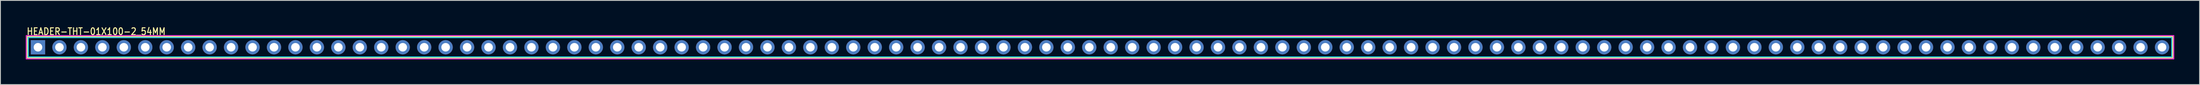
<source format=kicad_pcb>
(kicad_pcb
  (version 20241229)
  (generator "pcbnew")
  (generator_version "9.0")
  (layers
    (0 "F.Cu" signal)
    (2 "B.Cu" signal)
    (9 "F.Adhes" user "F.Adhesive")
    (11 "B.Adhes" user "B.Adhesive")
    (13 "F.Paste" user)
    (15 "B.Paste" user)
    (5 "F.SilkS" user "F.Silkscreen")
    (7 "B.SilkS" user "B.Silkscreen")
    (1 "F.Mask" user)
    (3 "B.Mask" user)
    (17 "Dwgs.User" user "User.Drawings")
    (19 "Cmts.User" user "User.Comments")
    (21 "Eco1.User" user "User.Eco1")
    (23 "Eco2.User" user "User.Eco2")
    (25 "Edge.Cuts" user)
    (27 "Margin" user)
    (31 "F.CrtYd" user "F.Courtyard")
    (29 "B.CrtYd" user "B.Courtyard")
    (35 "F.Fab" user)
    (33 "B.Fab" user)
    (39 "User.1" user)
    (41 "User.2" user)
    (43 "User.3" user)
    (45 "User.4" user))
  (footprint "HEADER-THT-01X100-2_54MM"
    (layer "F.Cu")
    (at 1.447 2.579)
    (property "Reference" "HEADER-THT-01X100-2_54MM" (at -1.4 -1.4 0) (unlocked yes) (layer "F.SilkS") (effects (font (size 0.813 0.695) (thickness 0.122)) (justify left bottom)))
    (fp_line (start -1.27 -1.27) (end -1.27 1.27) (stroke (width 0.127) (type solid)) (layer "F.SilkS"))
    (fp_line (start -1.27 1.27) (end 252.73 1.27) (stroke (width 0.127) (type solid)) (layer "F.SilkS"))
    (fp_line (start 252.73 -1.27) (end -1.27 -1.27) (stroke (width 0.127) (type solid)) (layer "F.SilkS"))
    (fp_line (start 252.73 1.27) (end 252.73 -1.27) (stroke (width 0.127) (type solid)) (layer "F.SilkS"))
    (fp_poly (pts (xy -1.143 -1.143) (xy 252.603 -1.143) (xy 252.603 1.143) (xy -1.143 1.143)) (stroke (width 0.1) (type solid)) (fill no) (layer "B.CrtYd"))
    (fp_poly (pts (xy -1.397 -1.397) (xy 252.857 -1.397) (xy 252.857 1.397) (xy -1.397 1.397)) (stroke (width 0.1) (type solid)) (fill no) (layer "F.CrtYd"))
    (pad "1" thru_hole rect (at 0 0) (size 1.693 1.693) (drill 1.016) (layers "*.Cu" "*.Mask"))
    (pad "2" thru_hole oval (at 2.54 0) (size 1.693 1.693) (drill 1.016) (layers "*.Cu" "*.Mask"))
    (pad "3" thru_hole oval (at 5.08 0) (size 1.693 1.693) (drill 1.016) (layers "*.Cu" "*.Mask"))
    (pad "4" thru_hole oval (at 7.62 0) (size 1.693 1.693) (drill 1.016) (layers "*.Cu" "*.Mask"))
    (pad "5" thru_hole oval (at 10.16 0) (size 1.693 1.693) (drill 1.016) (layers "*.Cu" "*.Mask"))
    (pad "6" thru_hole oval (at 12.7 0) (size 1.693 1.693) (drill 1.016) (layers "*.Cu" "*.Mask"))
    (pad "7" thru_hole oval (at 15.24 0) (size 1.693 1.693) (drill 1.016) (layers "*.Cu" "*.Mask"))
    (pad "8" thru_hole oval (at 17.78 0) (size 1.693 1.693) (drill 1.016) (layers "*.Cu" "*.Mask"))
    (pad "9" thru_hole oval (at 20.32 0) (size 1.693 1.693) (drill 1.016) (layers "*.Cu" "*.Mask"))
    (pad "10" thru_hole oval (at 22.86 0) (size 1.693 1.693) (drill 1.016) (layers "*.Cu" "*.Mask"))
    (pad "11" thru_hole oval (at 25.4 0) (size 1.693 1.693) (drill 1.016) (layers "*.Cu" "*.Mask"))
    (pad "12" thru_hole oval (at 27.94 0) (size 1.693 1.693) (drill 1.016) (layers "*.Cu" "*.Mask"))
    (pad "13" thru_hole oval (at 30.48 0) (size 1.693 1.693) (drill 1.016) (layers "*.Cu" "*.Mask"))
    (pad "14" thru_hole oval (at 33.02 0) (size 1.693 1.693) (drill 1.016) (layers "*.Cu" "*.Mask"))
    (pad "15" thru_hole oval (at 35.56 0) (size 1.693 1.693) (drill 1.016) (layers "*.Cu" "*.Mask"))
    (pad "16" thru_hole oval (at 38.1 0) (size 1.693 1.693) (drill 1.016) (layers "*.Cu" "*.Mask"))
    (pad "17" thru_hole oval (at 40.64 0) (size 1.693 1.693) (drill 1.016) (layers "*.Cu" "*.Mask"))
    (pad "18" thru_hole oval (at 43.18 0) (size 1.693 1.693) (drill 1.016) (layers "*.Cu" "*.Mask"))
    (pad "19" thru_hole oval (at 45.72 0) (size 1.693 1.693) (drill 1.016) (layers "*.Cu" "*.Mask"))
    (pad "20" thru_hole oval (at 48.26 0) (size 1.693 1.693) (drill 1.016) (layers "*.Cu" "*.Mask"))
    (pad "21" thru_hole oval (at 50.8 0) (size 1.693 1.693) (drill 1.016) (layers "*.Cu" "*.Mask"))
    (pad "22" thru_hole oval (at 53.34 0) (size 1.693 1.693) (drill 1.016) (layers "*.Cu" "*.Mask"))
    (pad "23" thru_hole oval (at 55.88 0) (size 1.693 1.693) (drill 1.016) (layers "*.Cu" "*.Mask"))
    (pad "24" thru_hole oval (at 58.42 0) (size 1.693 1.693) (drill 1.016) (layers "*.Cu" "*.Mask"))
    (pad "25" thru_hole oval (at 60.96 0) (size 1.693 1.693) (drill 1.016) (layers "*.Cu" "*.Mask"))
    (pad "26" thru_hole oval (at 63.5 0) (size 1.693 1.693) (drill 1.016) (layers "*.Cu" "*.Mask"))
    (pad "27" thru_hole oval (at 66.04 0) (size 1.693 1.693) (drill 1.016) (layers "*.Cu" "*.Mask"))
    (pad "28" thru_hole oval (at 68.58 0) (size 1.693 1.693) (drill 1.016) (layers "*.Cu" "*.Mask"))
    (pad "29" thru_hole oval (at 71.12 0) (size 1.693 1.693) (drill 1.016) (layers "*.Cu" "*.Mask"))
    (pad "30" thru_hole oval (at 73.66 0) (size 1.693 1.693) (drill 1.016) (layers "*.Cu" "*.Mask"))
    (pad "31" thru_hole oval (at 76.2 0) (size 1.693 1.693) (drill 1.016) (layers "*.Cu" "*.Mask"))
    (pad "32" thru_hole oval (at 78.74 0) (size 1.693 1.693) (drill 1.016) (layers "*.Cu" "*.Mask"))
    (pad "33" thru_hole oval (at 81.28 0) (size 1.693 1.693) (drill 1.016) (layers "*.Cu" "*.Mask"))
    (pad "34" thru_hole oval (at 83.82 0) (size 1.693 1.693) (drill 1.016) (layers "*.Cu" "*.Mask"))
    (pad "35" thru_hole oval (at 86.36 0) (size 1.693 1.693) (drill 1.016) (layers "*.Cu" "*.Mask"))
    (pad "36" thru_hole oval (at 88.9 0) (size 1.693 1.693) (drill 1.016) (layers "*.Cu" "*.Mask"))
    (pad "37" thru_hole oval (at 91.44 0) (size 1.693 1.693) (drill 1.016) (layers "*.Cu" "*.Mask"))
    (pad "38" thru_hole oval (at 93.98 0) (size 1.693 1.693) (drill 1.016) (layers "*.Cu" "*.Mask"))
    (pad "39" thru_hole oval (at 96.52 0) (size 1.693 1.693) (drill 1.016) (layers "*.Cu" "*.Mask"))
    (pad "40" thru_hole oval (at 99.06 0) (size 1.693 1.693) (drill 1.016) (layers "*.Cu" "*.Mask"))
    (pad "41" thru_hole oval (at 101.6 0) (size 1.693 1.693) (drill 1.016) (layers "*.Cu" "*.Mask"))
    (pad "42" thru_hole oval (at 104.14 0) (size 1.693 1.693) (drill 1.016) (layers "*.Cu" "*.Mask"))
    (pad "43" thru_hole oval (at 106.68 0) (size 1.693 1.693) (drill 1.016) (layers "*.Cu" "*.Mask"))
    (pad "44" thru_hole oval (at 109.22 0) (size 1.693 1.693) (drill 1.016) (layers "*.Cu" "*.Mask"))
    (pad "45" thru_hole oval (at 111.76 0) (size 1.693 1.693) (drill 1.016) (layers "*.Cu" "*.Mask"))
    (pad "46" thru_hole oval (at 114.3 0) (size 1.693 1.693) (drill 1.016) (layers "*.Cu" "*.Mask"))
    (pad "47" thru_hole oval (at 116.84 0) (size 1.693 1.693) (drill 1.016) (layers "*.Cu" "*.Mask"))
    (pad "48" thru_hole oval (at 119.38 0) (size 1.693 1.693) (drill 1.016) (layers "*.Cu" "*.Mask"))
    (pad "49" thru_hole oval (at 121.92 0) (size 1.693 1.693) (drill 1.016) (layers "*.Cu" "*.Mask"))
    (pad "50" thru_hole oval (at 124.46 0) (size 1.693 1.693) (drill 1.016) (layers "*.Cu" "*.Mask"))
    (pad "51" thru_hole oval (at 127 0) (size 1.693 1.693) (drill 1.016) (layers "*.Cu" "*.Mask"))
    (pad "52" thru_hole oval (at 129.54 0) (size 1.693 1.693) (drill 1.016) (layers "*.Cu" "*.Mask"))
    (pad "53" thru_hole oval (at 132.08 0) (size 1.693 1.693) (drill 1.016) (layers "*.Cu" "*.Mask"))
    (pad "54" thru_hole oval (at 134.62 0) (size 1.693 1.693) (drill 1.016) (layers "*.Cu" "*.Mask"))
    (pad "55" thru_hole oval (at 137.16 0) (size 1.693 1.693) (drill 1.016) (layers "*.Cu" "*.Mask"))
    (pad "56" thru_hole oval (at 139.7 0) (size 1.693 1.693) (drill 1.016) (layers "*.Cu" "*.Mask"))
    (pad "57" thru_hole oval (at 142.24 0) (size 1.693 1.693) (drill 1.016) (layers "*.Cu" "*.Mask"))
    (pad "58" thru_hole oval (at 144.78 0) (size 1.693 1.693) (drill 1.016) (layers "*.Cu" "*.Mask"))
    (pad "59" thru_hole oval (at 147.32 0) (size 1.693 1.693) (drill 1.016) (layers "*.Cu" "*.Mask"))
    (pad "60" thru_hole oval (at 149.86 0) (size 1.693 1.693) (drill 1.016) (layers "*.Cu" "*.Mask"))
    (pad "61" thru_hole oval (at 152.4 0) (size 1.693 1.693) (drill 1.016) (layers "*.Cu" "*.Mask"))
    (pad "62" thru_hole oval (at 154.94 0) (size 1.693 1.693) (drill 1.016) (layers "*.Cu" "*.Mask"))
    (pad "63" thru_hole oval (at 157.48 0) (size 1.693 1.693) (drill 1.016) (layers "*.Cu" "*.Mask"))
    (pad "64" thru_hole oval (at 160.02 0) (size 1.693 1.693) (drill 1.016) (layers "*.Cu" "*.Mask"))
    (pad "65" thru_hole oval (at 162.56 0) (size 1.693 1.693) (drill 1.016) (layers "*.Cu" "*.Mask"))
    (pad "66" thru_hole oval (at 165.1 0) (size 1.693 1.693) (drill 1.016) (layers "*.Cu" "*.Mask"))
    (pad "67" thru_hole oval (at 167.64 0) (size 1.693 1.693) (drill 1.016) (layers "*.Cu" "*.Mask"))
    (pad "68" thru_hole oval (at 170.18 0) (size 1.693 1.693) (drill 1.016) (layers "*.Cu" "*.Mask"))
    (pad "69" thru_hole oval (at 172.72 0) (size 1.693 1.693) (drill 1.016) (layers "*.Cu" "*.Mask"))
    (pad "70" thru_hole oval (at 175.26 0) (size 1.693 1.693) (drill 1.016) (layers "*.Cu" "*.Mask"))
    (pad "71" thru_hole oval (at 177.8 0) (size 1.693 1.693) (drill 1.016) (layers "*.Cu" "*.Mask"))
    (pad "72" thru_hole oval (at 180.34 0) (size 1.693 1.693) (drill 1.016) (layers "*.Cu" "*.Mask"))
    (pad "73" thru_hole oval (at 182.88 0) (size 1.693 1.693) (drill 1.016) (layers "*.Cu" "*.Mask"))
    (pad "74" thru_hole oval (at 185.42 0) (size 1.693 1.693) (drill 1.016) (layers "*.Cu" "*.Mask"))
    (pad "75" thru_hole oval (at 187.96 0) (size 1.693 1.693) (drill 1.016) (layers "*.Cu" "*.Mask"))
    (pad "76" thru_hole oval (at 190.5 0) (size 1.693 1.693) (drill 1.016) (layers "*.Cu" "*.Mask"))
    (pad "77" thru_hole oval (at 193.04 0) (size 1.693 1.693) (drill 1.016) (layers "*.Cu" "*.Mask"))
    (pad "78" thru_hole oval (at 195.58 0) (size 1.693 1.693) (drill 1.016) (layers "*.Cu" "*.Mask"))
    (pad "79" thru_hole oval (at 198.12 0) (size 1.693 1.693) (drill 1.016) (layers "*.Cu" "*.Mask"))
    (pad "80" thru_hole oval (at 200.66 0) (size 1.693 1.693) (drill 1.016) (layers "*.Cu" "*.Mask"))
    (pad "81" thru_hole oval (at 203.2 0) (size 1.693 1.693) (drill 1.016) (layers "*.Cu" "*.Mask"))
    (pad "82" thru_hole oval (at 205.74 0) (size 1.693 1.693) (drill 1.016) (layers "*.Cu" "*.Mask"))
    (pad "83" thru_hole oval (at 208.28 0) (size 1.693 1.693) (drill 1.016) (layers "*.Cu" "*.Mask"))
    (pad "84" thru_hole oval (at 210.82 0) (size 1.693 1.693) (drill 1.016) (layers "*.Cu" "*.Mask"))
    (pad "85" thru_hole oval (at 213.36 0) (size 1.693 1.693) (drill 1.016) (layers "*.Cu" "*.Mask"))
    (pad "86" thru_hole oval (at 215.9 0) (size 1.693 1.693) (drill 1.016) (layers "*.Cu" "*.Mask"))
    (pad "87" thru_hole oval (at 218.44 0) (size 1.693 1.693) (drill 1.016) (layers "*.Cu" "*.Mask"))
    (pad "88" thru_hole oval (at 220.98 0) (size 1.693 1.693) (drill 1.016) (layers "*.Cu" "*.Mask"))
    (pad "89" thru_hole oval (at 223.52 0) (size 1.693 1.693) (drill 1.016) (layers "*.Cu" "*.Mask"))
    (pad "90" thru_hole oval (at 226.06 0) (size 1.693 1.693) (drill 1.016) (layers "*.Cu" "*.Mask"))
    (pad "91" thru_hole oval (at 228.6 0) (size 1.693 1.693) (drill 1.016) (layers "*.Cu" "*.Mask"))
    (pad "92" thru_hole oval (at 231.14 0) (size 1.693 1.693) (drill 1.016) (layers "*.Cu" "*.Mask"))
    (pad "93" thru_hole oval (at 233.68 0) (size 1.693 1.693) (drill 1.016) (layers "*.Cu" "*.Mask"))
    (pad "94" thru_hole oval (at 236.22 0) (size 1.693 1.693) (drill 1.016) (layers "*.Cu" "*.Mask"))
    (pad "95" thru_hole oval (at 238.76 0) (size 1.693 1.693) (drill 1.016) (layers "*.Cu" "*.Mask"))
    (pad "96" thru_hole oval (at 241.3 0) (size 1.693 1.693) (drill 1.016) (layers "*.Cu" "*.Mask"))
    (pad "97" thru_hole oval (at 243.84 0) (size 1.693 1.693) (drill 1.016) (layers "*.Cu" "*.Mask"))
    (pad "98" thru_hole oval (at 246.38 0) (size 1.693 1.693) (drill 1.016) (layers "*.Cu" "*.Mask"))
    (pad "99" thru_hole oval (at 248.92 0) (size 1.693 1.693) (drill 1.016) (layers "*.Cu" "*.Mask"))
    (pad "100" thru_hole oval (at 251.46 0) (size 1.693 1.693) (drill 1.016) (layers "*.Cu" "*.Mask")))
  (gr_rect
    (start -3 -3)
    (end 257.354 7.026)
    (stroke (width 0.1) (type default))
    (fill no)
    (layer "Edge.Cuts")))
</source>
